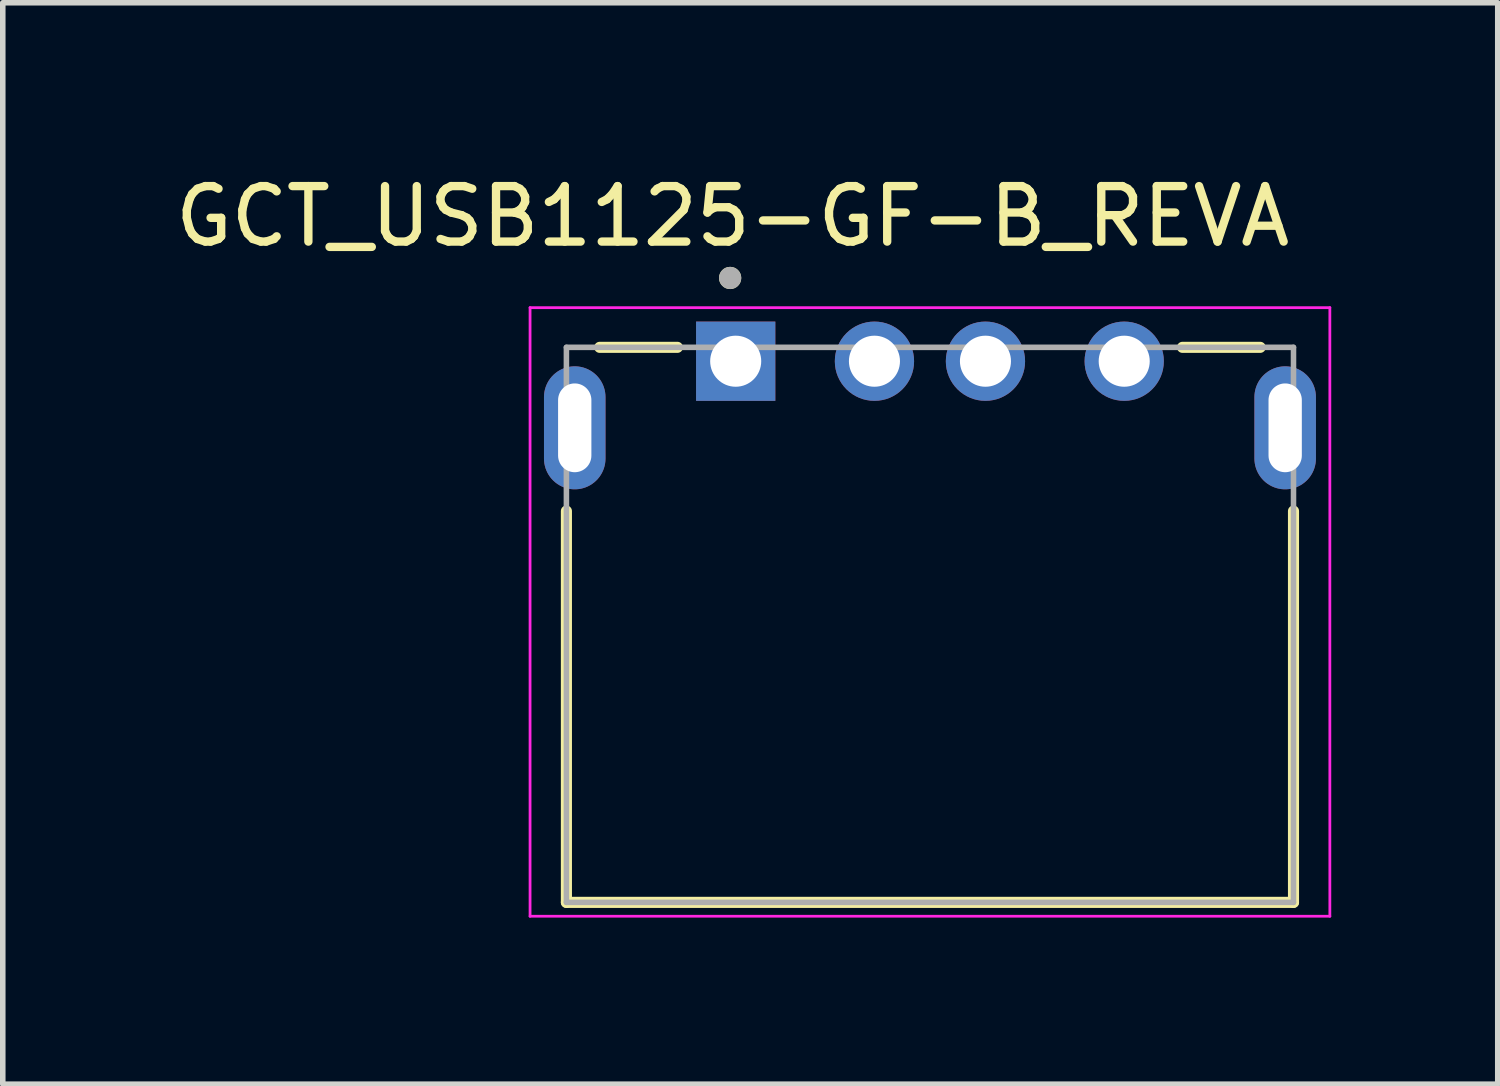
<source format=kicad_pcb>
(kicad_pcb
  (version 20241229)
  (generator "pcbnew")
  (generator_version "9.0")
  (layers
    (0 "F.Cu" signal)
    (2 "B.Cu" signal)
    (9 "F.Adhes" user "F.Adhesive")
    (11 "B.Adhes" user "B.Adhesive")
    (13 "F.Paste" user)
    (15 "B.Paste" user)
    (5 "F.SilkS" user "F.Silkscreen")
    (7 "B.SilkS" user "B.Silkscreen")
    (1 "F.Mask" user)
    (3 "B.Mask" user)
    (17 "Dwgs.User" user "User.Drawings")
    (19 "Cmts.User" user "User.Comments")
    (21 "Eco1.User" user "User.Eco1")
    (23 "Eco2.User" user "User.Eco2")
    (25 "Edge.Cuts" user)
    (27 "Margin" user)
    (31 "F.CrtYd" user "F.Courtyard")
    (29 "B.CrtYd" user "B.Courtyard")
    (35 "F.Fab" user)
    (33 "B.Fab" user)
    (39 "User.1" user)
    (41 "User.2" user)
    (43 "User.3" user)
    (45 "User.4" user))
  (footprint "GCT_USB1125-GF-B_REVA"
    (layer "F.Cu")
    (at 13.705 4.658)
    (property "Reference" "GCT_USB1125-GF-B_REVA" (at -3.556 -3.81 0) (layer "F.SilkS") (effects (font (size 1 1) (thickness 0.15))))
    (attr through_hole)
    (fp_line (start -6.55 1.5) (end -6.55 8.55) (stroke (width 0.2) (type solid)) (layer "F.SilkS"))
    (fp_line (start -6.55 8.55) (end 6.55 8.55) (stroke (width 0.2) (type solid)) (layer "F.SilkS"))
    (fp_line (start -5.95 -1.45) (end -4.55 -1.45) (stroke (width 0.2) (type solid)) (layer "F.SilkS"))
    (fp_line (start 5.95 -1.45) (end 4.55 -1.45) (stroke (width 0.2) (type solid)) (layer "F.SilkS"))
    (fp_line (start 6.55 8.55) (end 6.55 1.5) (stroke (width 0.2) (type solid)) (layer "F.SilkS"))
    (fp_circle (center -3.6 -2.7) (end -3.5 -2.7) (stroke (width 0.2) (type solid)) (fill no) (layer "F.SilkS"))
    (fp_line (start -7.205 -2.165) (end 7.205 -2.165) (stroke (width 0.05) (type solid)) (layer "F.CrtYd"))
    (fp_line (start -7.205 8.8) (end -7.205 -2.165) (stroke (width 0.05) (type solid)) (layer "F.CrtYd"))
    (fp_line (start 7.205 -2.165) (end 7.205 8.8) (stroke (width 0.05) (type solid)) (layer "F.CrtYd"))
    (fp_line (start 7.205 8.8) (end -7.205 8.8) (stroke (width 0.05) (type solid)) (layer "F.CrtYd"))
    (fp_line (start -6.55 -1.45) (end 6.55 -1.45) (stroke (width 0.1) (type solid)) (layer "F.Fab"))
    (fp_line (start -6.55 8.55) (end -6.55 -1.45) (stroke (width 0.1) (type solid)) (layer "F.Fab"))
    (fp_line (start 6.55 -1.45) (end 6.55 8.55) (stroke (width 0.1) (type solid)) (layer "F.Fab"))
    (fp_line (start 6.55 8.55) (end -6.55 8.55) (stroke (width 0.1) (type solid)) (layer "F.Fab"))
    (fp_circle (center -3.6 -2.7) (end -3.5 -2.7) (stroke (width 0.2) (type solid)) (fill no) (layer "F.Fab"))
    (pad "1" thru_hole rect (at -3.5 -1.2) (size 1.428 1.428) (drill 0.92) (layers "*.Cu" "*.Mask"))
    (pad "2" thru_hole circle (at -1 -1.2) (size 1.428 1.428) (drill 0.92) (layers "*.Cu" "*.Mask"))
    (pad "3" thru_hole circle (at 1 -1.2) (size 1.428 1.428) (drill 0.92) (layers "*.Cu" "*.Mask"))
    (pad "4" thru_hole circle (at 3.5 -1.2) (size 1.428 1.428) (drill 0.92) (layers "*.Cu" "*.Mask"))
    (pad "5" thru_hole oval (at -6.4 0) (size 1.108 2.216) (drill oval 0.6 1.6) (layers "*.Cu" "*.Mask"))
    (pad "5" thru_hole oval (at 6.4 0) (size 1.108 2.216) (drill oval 0.6 1.6) (layers "*.Cu" "*.Mask")))
  (gr_rect
    (start -3 -3)
    (end 23.935 16.483)
    (stroke (width 0.1) (type default))
    (fill no)
    (layer "Edge.Cuts")))
</source>
